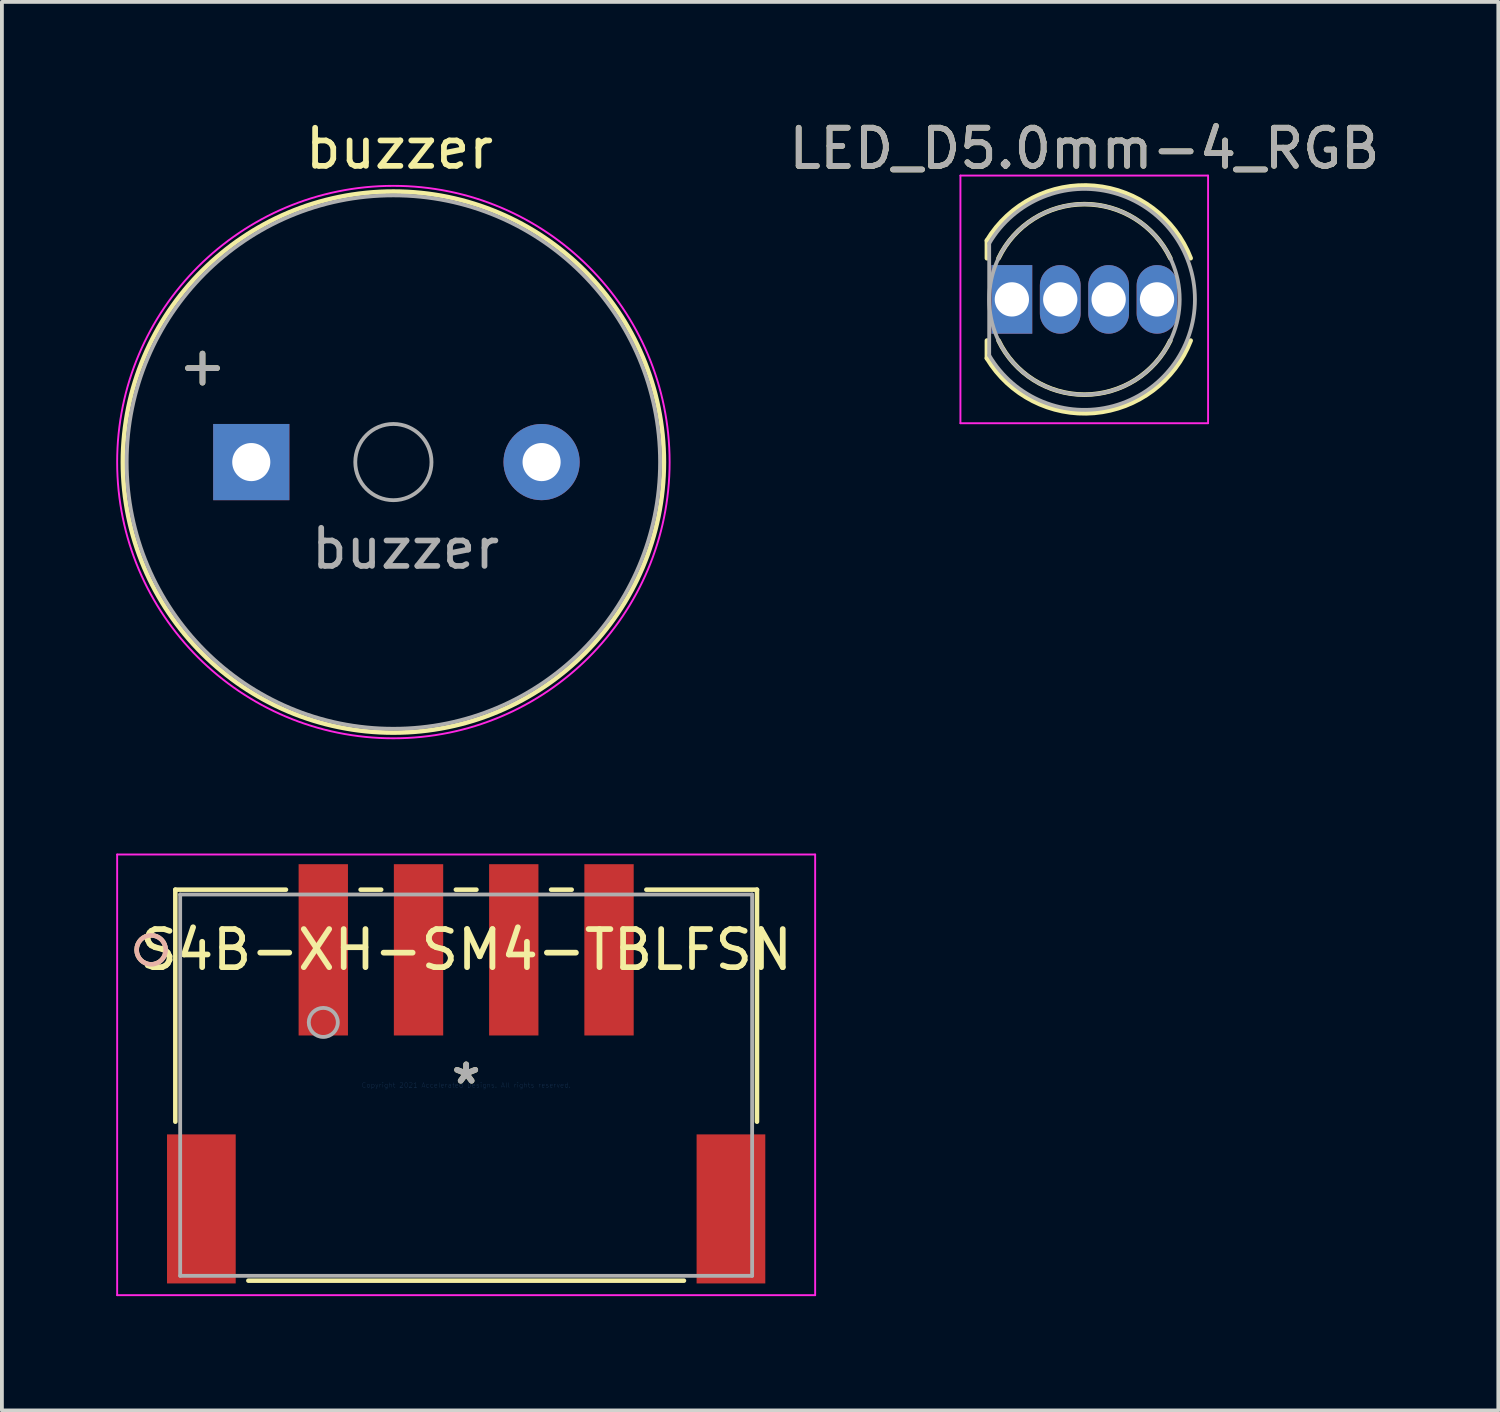
<source format=kicad_pcb>
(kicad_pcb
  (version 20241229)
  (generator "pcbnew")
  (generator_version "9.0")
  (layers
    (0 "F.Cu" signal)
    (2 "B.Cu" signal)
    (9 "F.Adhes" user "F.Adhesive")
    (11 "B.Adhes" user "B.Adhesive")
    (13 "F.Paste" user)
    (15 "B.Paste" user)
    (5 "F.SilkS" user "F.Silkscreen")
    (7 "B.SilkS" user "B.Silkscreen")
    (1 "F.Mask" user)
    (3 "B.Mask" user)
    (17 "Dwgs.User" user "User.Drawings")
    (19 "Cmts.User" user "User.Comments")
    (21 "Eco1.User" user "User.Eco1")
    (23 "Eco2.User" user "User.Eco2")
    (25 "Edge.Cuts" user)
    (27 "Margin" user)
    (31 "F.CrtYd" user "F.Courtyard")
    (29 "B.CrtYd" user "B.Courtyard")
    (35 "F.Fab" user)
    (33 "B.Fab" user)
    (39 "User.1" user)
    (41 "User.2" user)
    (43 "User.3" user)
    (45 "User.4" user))
  (footprint "S4B-XH-SM4-TBLFSN"
    (layer "F.Cu")
    (at 9.185 25.432)
    (property "Reference" "S4B-XH-SM4-TBLFSN" (at 0 -3.552 0) (layer "F.SilkS") (effects (font (size 1 1) (thickness 0.15))))
    (attr through_hole)
    (fp_line (start -7.633 -5.131) (end -7.633 0.959) (stroke (width 0.12) (type solid)) (layer "F.SilkS"))
    (fp_line (start -5.716 5.131) (end 5.716 5.131) (stroke (width 0.12) (type solid)) (layer "F.SilkS"))
    (fp_line (start -4.73 -5.131) (end -7.633 -5.131) (stroke (width 0.12) (type solid)) (layer "F.SilkS"))
    (fp_line (start -2.23 -5.131) (end -2.77 -5.131) (stroke (width 0.12) (type solid)) (layer "F.SilkS"))
    (fp_line (start 0.27 -5.131) (end -0.27 -5.131) (stroke (width 0.12) (type solid)) (layer "F.SilkS"))
    (fp_line (start 2.77 -5.131) (end 2.23 -5.131) (stroke (width 0.12) (type solid)) (layer "F.SilkS"))
    (fp_line (start 7.633 -5.131) (end 4.73 -5.131) (stroke (width 0.12) (type solid)) (layer "F.SilkS"))
    (fp_line (start 7.633 0.959) (end 7.633 -5.131) (stroke (width 0.12) (type solid)) (layer "F.SilkS"))
    (fp_circle (center -8.268 -3.552) (end -7.887 -3.552) (stroke (width 0.12) (type solid)) (fill no) (layer "F.SilkS"))
    (fp_circle (center -8.268 -3.552) (end -7.887 -3.552) (stroke (width 0.12) (type solid)) (fill no) (layer "B.SilkS"))
    (fp_line (start -9.16 -6.054) (end -9.16 5.512) (stroke (width 0.05) (type solid)) (layer "F.CrtYd"))
    (fp_line (start -9.16 5.512) (end 9.16 5.512) (stroke (width 0.05) (type solid)) (layer "F.CrtYd"))
    (fp_line (start 9.16 -6.054) (end -9.16 -6.054) (stroke (width 0.05) (type solid)) (layer "F.CrtYd"))
    (fp_line (start 9.16 5.512) (end 9.16 -6.054) (stroke (width 0.05) (type solid)) (layer "F.CrtYd"))
    (fp_line (start -7.506 -5.004) (end -7.506 5.004) (stroke (width 0.1) (type solid)) (layer "F.Fab"))
    (fp_line (start -7.506 5.004) (end 7.506 5.004) (stroke (width 0.1) (type solid)) (layer "F.Fab"))
    (fp_line (start 7.506 -5.004) (end -7.506 -5.004) (stroke (width 0.1) (type solid)) (layer "F.Fab"))
    (fp_line (start 7.506 5.004) (end 7.506 -5.004) (stroke (width 0.1) (type solid)) (layer "F.Fab"))
    (fp_circle (center -3.75 -1.647) (end -3.369 -1.647) (stroke (width 0.1) (type solid)) (fill no) (layer "F.Fab"))
    (fp_text user "*" (at 0 0 0) (layer "F.SilkS") (effects (font (size 1 1) (thickness 0.15))))
    (fp_text user "Copyright 2021 Accelerated Designs. All rights reserved." (at 0 0 0) (layer "Cmts.User") (effects (font (size 0.127 0.127) (thickness 0.002))))
    (fp_text user "*" (at 0 0 0) (layer "F.Fab") (effects (font (size 1 1) (thickness 0.15))))
    (pad "1" smd rect (at -3.75 -3.552) (size 1.295 4.496) (layers "F.Cu" "F.Mask" "F.Paste"))
    (pad "2" smd rect (at -1.25 -3.552) (size 1.295 4.496) (layers "F.Cu" "F.Mask" "F.Paste"))
    (pad "3" smd rect (at 1.25 -3.552) (size 1.295 4.496) (layers "F.Cu" "F.Mask" "F.Paste"))
    (pad "4" smd rect (at 3.75 -3.552) (size 1.295 4.496) (layers "F.Cu" "F.Mask" "F.Paste"))
    (pad "5" smd rect (at -6.95 3.248 90) (size 3.912 1.803) (layers "F.Cu" "F.Mask" "F.Paste"))
    (pad "6" smd rect (at 6.95 3.248 90) (size 3.912 1.803) (layers "F.Cu" "F.Mask" "F.Paste")))
  (footprint "buzzer"
    (layer "F.Cu")
    (at 2.275 9.078)
    (property "Reference" "buzzer" (at 5.16 -8.23 0) (layer "F.SilkS") (effects (font (size 1 1) (thickness 0.15))))
    (attr through_hole)
    (fp_circle (center 5 0) (end 12.1 0) (stroke (width 0.12) (type solid)) (fill no) (layer "F.SilkS"))
    (fp_circle (center 5 0) (end 12.25 0) (stroke (width 0.05) (type solid)) (fill no) (layer "F.CrtYd"))
    (fp_circle (center 5 0) (end 6 0) (stroke (width 0.1) (type solid)) (fill no) (layer "F.Fab"))
    (fp_circle (center 5 0) (end 12 0) (stroke (width 0.1) (type solid)) (fill no) (layer "F.Fab"))
    (fp_text user "+" (at -0.01 -2.54 0) (layer "F.SilkS") (effects (font (size 1 1) (thickness 0.15))))
    (fp_text user "+" (at -0.01 -2.54 0) (layer "F.Fab") (effects (font (size 1 1) (thickness 0.15))))
    (fp_text user "${REFERENCE}" (at 5.32 2.27 0) (layer "F.Fab") (effects (font (size 1 1) (thickness 0.15))))
    (pad "1" thru_hole rect (at 1.27 0) (size 2 2) (drill 1) (layers "*.Cu" "*.Mask"))
    (pad "2" thru_hole circle (at 8.89 0) (size 2 2) (drill 1) (layers "*.Cu" "*.Mask")))
  (footprint "LED_D5.0mm-4_RGB"
    (layer "F.Cu")
    (at 23.508 4.808)
    (property "Reference" "LED_D5.0mm-4_RGB" (at 1.905 -3.96 0) (layer "F.SilkS") (effects (font (size 1 1) (thickness 0.15))))
    (attr through_hole)
    (fp_line (start -0.655 -1.545) (end -0.655 -1.08) (stroke (width 0.12) (type solid)) (layer "F.SilkS"))
    (fp_line (start -0.655 1.08) (end -0.655 1.545) (stroke (width 0.12) (type solid)) (layer "F.SilkS"))
    (fp_arc (start -0.655 -1.54483) (mid 2.163456 -2.978809) (end 4.692815 -1.080827) (stroke (width 0.12) (type solid)) (layer "F.SilkS"))
    (fp_arc (start -0.349684 -1.08) (mid 1.904762 -2.5) (end 4.159479 -1.080429) (stroke (width 0.12) (type solid)) (layer "F.SilkS"))
    (fp_arc (start 4.159479 1.080429) (mid 1.904762 2.5) (end -0.349684 1.08) (stroke (width 0.12) (type solid)) (layer "F.SilkS"))
    (fp_arc (start 4.692815 1.080827) (mid 2.163456 2.978808) (end -0.655 1.54483) (stroke (width 0.12) (type solid)) (layer "F.SilkS"))
    (fp_line (start -1.35 -3.25) (end -1.35 3.25) (stroke (width 0.05) (type solid)) (layer "F.CrtYd"))
    (fp_line (start -1.35 3.25) (end 5.15 3.25) (stroke (width 0.05) (type solid)) (layer "F.CrtYd"))
    (fp_line (start 5.15 -3.25) (end -1.35 -3.25) (stroke (width 0.05) (type solid)) (layer "F.CrtYd"))
    (fp_line (start 5.15 3.25) (end 5.15 -3.25) (stroke (width 0.05) (type solid)) (layer "F.CrtYd"))
    (fp_line (start -0.595 -1.47) (end -0.595 1.47) (stroke (width 0.1) (type solid)) (layer "F.Fab"))
    (fp_arc (start -0.595 -1.469694) (mid 4.805 0.000016) (end -0.595016 1.469666) (stroke (width 0.1) (type solid)) (layer "F.Fab"))
    (fp_circle (center 1.905 0) (end 4.405 0) (stroke (width 0.1) (type solid)) (fill no) (layer "F.Fab"))
    (fp_text user "${REFERENCE}" (at 1.905 -3.96 0) (layer "F.Fab") (effects (font (size 1 1) (thickness 0.15))))
    (pad "1" thru_hole rect (at 0 0) (size 1.07 1.8) (drill 0.9) (layers "*.Cu" "*.Mask"))
    (pad "2" thru_hole oval (at 2.54 0) (size 1.07 1.8) (drill 0.9) (layers "*.Cu" "*.Mask"))
    (pad "3" thru_hole oval (at 3.81 0) (size 1.07 1.8) (drill 0.9) (layers "*.Cu" "*.Mask"))
    (pad "4" thru_hole oval (at 1.27 0) (size 1.07 1.8) (drill 0.9) (layers "*.Cu" "*.Mask")))
  (gr_rect
    (start -3 -3)
    (end 36.276 33.969)
    (stroke (width 0.1) (type default))
    (fill no)
    (layer "Edge.Cuts")))
</source>
